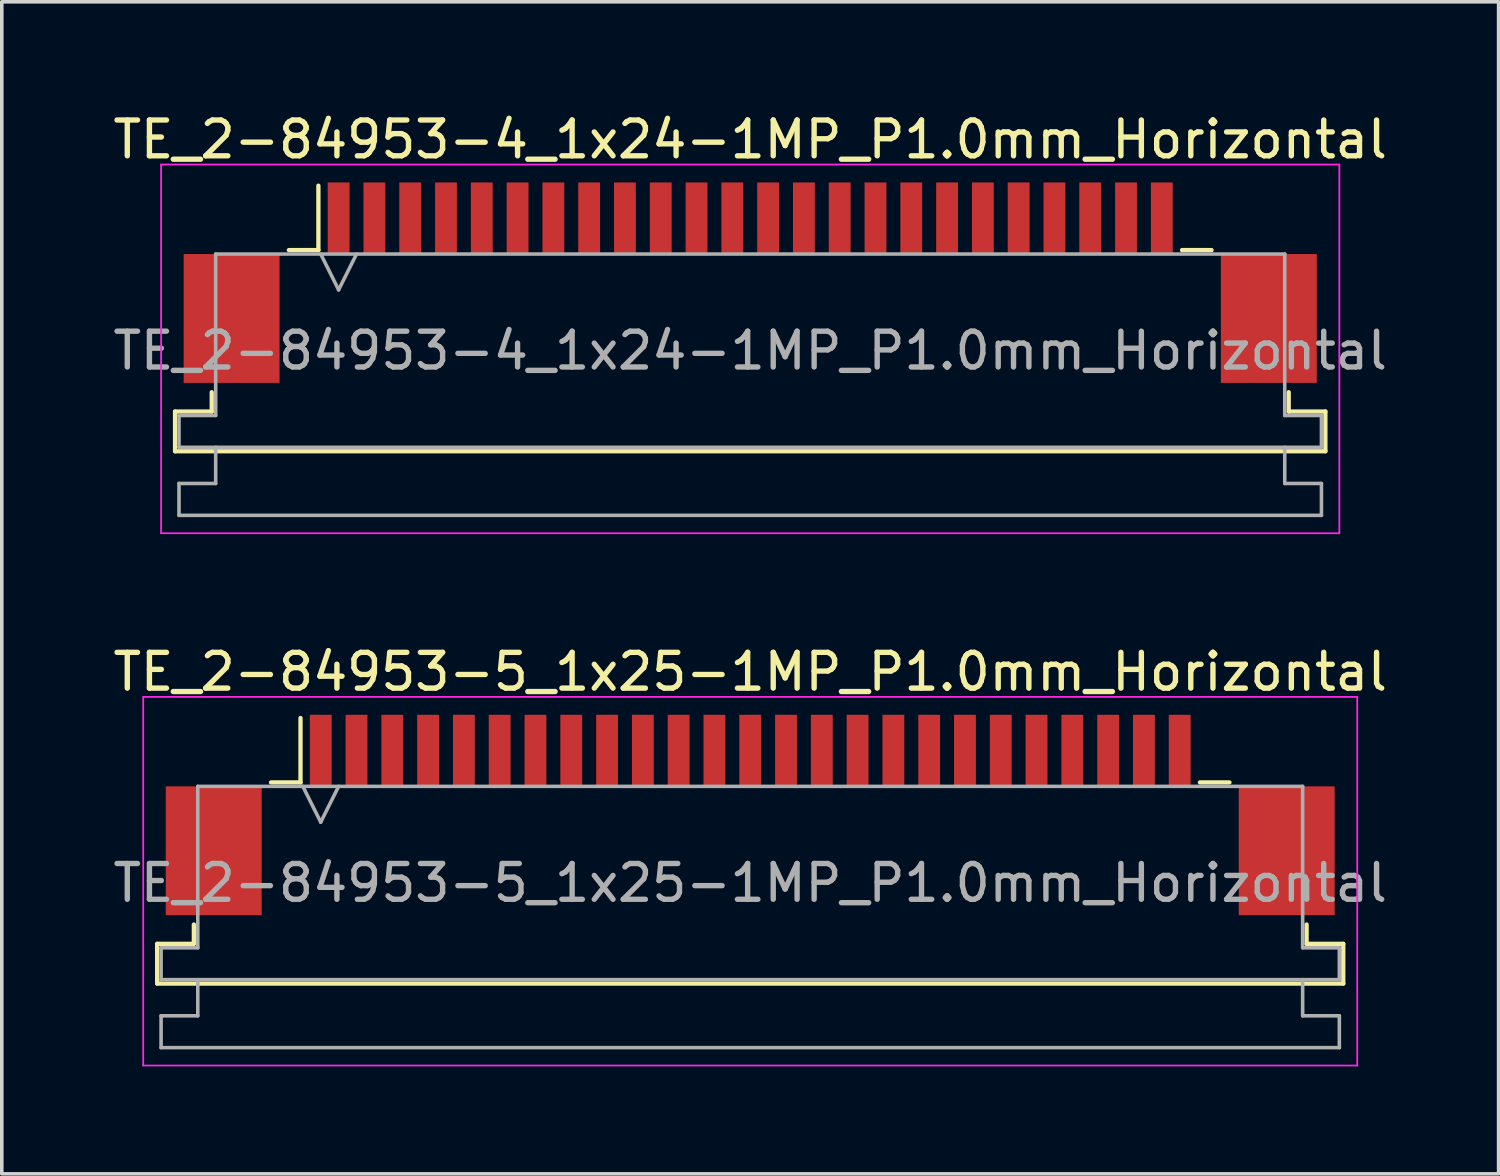
<source format=kicad_pcb>
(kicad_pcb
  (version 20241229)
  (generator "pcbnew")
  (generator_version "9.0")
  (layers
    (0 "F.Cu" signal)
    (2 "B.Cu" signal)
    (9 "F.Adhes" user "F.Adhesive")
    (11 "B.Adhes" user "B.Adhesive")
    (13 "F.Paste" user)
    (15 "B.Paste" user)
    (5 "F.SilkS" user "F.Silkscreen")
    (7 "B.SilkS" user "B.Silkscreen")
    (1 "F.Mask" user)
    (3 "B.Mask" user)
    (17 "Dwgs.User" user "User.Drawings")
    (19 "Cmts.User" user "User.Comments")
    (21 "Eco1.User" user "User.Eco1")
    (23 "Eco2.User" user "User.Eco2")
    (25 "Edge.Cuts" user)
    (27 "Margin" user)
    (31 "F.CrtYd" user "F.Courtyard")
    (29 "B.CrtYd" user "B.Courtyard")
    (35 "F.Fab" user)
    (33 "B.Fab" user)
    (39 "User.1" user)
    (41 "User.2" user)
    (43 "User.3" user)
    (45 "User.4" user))
  (footprint "TE_2-84953-4_1x24-1MP_P1.0mm_Horizontal"
    (layer "F.Cu")
    (at 17.911 4.848)
    (property "Reference" "TE_2-84953-4_1x24-1MP_P1.0mm_Horizontal" (at 0 -4 0) (layer "F.SilkS") (effects (font (size 1 1) (thickness 0.15))))
    (attr smd)
    (fp_line (start -16.07 3.6) (end -15.045 3.6) (stroke (width 0.12) (type solid)) (layer "F.SilkS"))
    (fp_line (start -16.07 4.71) (end -16.07 3.6) (stroke (width 0.12) (type solid)) (layer "F.SilkS"))
    (fp_line (start -15.045 3.6) (end -15.045 3.06) (stroke (width 0.12) (type solid)) (layer "F.SilkS"))
    (fp_line (start -12.89 -0.91) (end -12.065 -0.91) (stroke (width 0.12) (type solid)) (layer "F.SilkS"))
    (fp_line (start -12.065 -0.91) (end -12.065 -2.71) (stroke (width 0.12) (type solid)) (layer "F.SilkS"))
    (fp_line (start 12.065 -0.91) (end 12.89 -0.91) (stroke (width 0.12) (type solid)) (layer "F.SilkS"))
    (fp_line (start 15.045 3.06) (end 15.045 3.6) (stroke (width 0.12) (type solid)) (layer "F.SilkS"))
    (fp_line (start 15.045 3.6) (end 16.07 3.6) (stroke (width 0.12) (type solid)) (layer "F.SilkS"))
    (fp_line (start 16.07 3.6) (end 16.07 4.71) (stroke (width 0.12) (type solid)) (layer "F.SilkS"))
    (fp_line (start 16.07 4.71) (end -16.07 4.71) (stroke (width 0.12) (type solid)) (layer "F.SilkS"))
    (fp_line (start -16.46 -3.3) (end -16.46 7) (stroke (width 0.05) (type solid)) (layer "F.CrtYd"))
    (fp_line (start -16.46 7) (end 16.46 7) (stroke (width 0.05) (type solid)) (layer "F.CrtYd"))
    (fp_line (start 16.46 -3.3) (end -16.46 -3.3) (stroke (width 0.05) (type solid)) (layer "F.CrtYd"))
    (fp_line (start 16.46 7) (end 16.46 -3.3) (stroke (width 0.05) (type solid)) (layer "F.CrtYd"))
    (fp_line (start -15.96 3.71) (end -14.935 3.71) (stroke (width 0.1) (type solid)) (layer "F.Fab"))
    (fp_line (start -15.96 4.6) (end -15.96 3.71) (stroke (width 0.1) (type solid)) (layer "F.Fab"))
    (fp_line (start -15.96 5.61) (end -14.935 5.61) (stroke (width 0.1) (type solid)) (layer "F.Fab"))
    (fp_line (start -15.96 6.5) (end -15.96 5.61) (stroke (width 0.1) (type solid)) (layer "F.Fab"))
    (fp_line (start -14.935 -0.8) (end 14.935 -0.8) (stroke (width 0.1) (type solid)) (layer "F.Fab"))
    (fp_line (start -14.935 3.71) (end -14.935 -0.8) (stroke (width 0.1) (type solid)) (layer "F.Fab"))
    (fp_line (start -14.935 5.61) (end -14.935 4.6) (stroke (width 0.1) (type solid)) (layer "F.Fab"))
    (fp_line (start -12 -0.8) (end -11.5 0.2) (stroke (width 0.1) (type solid)) (layer "F.Fab"))
    (fp_line (start -11.5 0.2) (end -11 -0.8) (stroke (width 0.1) (type solid)) (layer "F.Fab"))
    (fp_line (start 14.935 -0.8) (end 14.935 3.71) (stroke (width 0.1) (type solid)) (layer "F.Fab"))
    (fp_line (start 14.935 3.71) (end 15.96 3.71) (stroke (width 0.1) (type solid)) (layer "F.Fab"))
    (fp_line (start 14.935 4.6) (end 14.935 5.61) (stroke (width 0.1) (type solid)) (layer "F.Fab"))
    (fp_line (start 14.935 5.61) (end 15.96 5.61) (stroke (width 0.1) (type solid)) (layer "F.Fab"))
    (fp_line (start 15.96 3.71) (end 15.96 4.6) (stroke (width 0.1) (type solid)) (layer "F.Fab"))
    (fp_line (start 15.96 4.6) (end -15.96 4.6) (stroke (width 0.1) (type solid)) (layer "F.Fab"))
    (fp_line (start 15.96 5.61) (end 15.96 6.5) (stroke (width 0.1) (type solid)) (layer "F.Fab"))
    (fp_line (start 15.96 6.5) (end -15.96 6.5) (stroke (width 0.1) (type solid)) (layer "F.Fab"))
    (fp_text user "${REFERENCE}" (at 0 1.9 0) (layer "F.Fab") (effects (font (size 1 1) (thickness 0.15))))
    (pad "1" smd rect (at -11.5 -1.8) (size 0.61 2) (layers "F.Cu" "F.Mask" "F.Paste"))
    (pad "2" smd rect (at -10.5 -1.8) (size 0.61 2) (layers "F.Cu" "F.Mask" "F.Paste"))
    (pad "3" smd rect (at -9.5 -1.8) (size 0.61 2) (layers "F.Cu" "F.Mask" "F.Paste"))
    (pad "4" smd rect (at -8.5 -1.8) (size 0.61 2) (layers "F.Cu" "F.Mask" "F.Paste"))
    (pad "5" smd rect (at -7.5 -1.8) (size 0.61 2) (layers "F.Cu" "F.Mask" "F.Paste"))
    (pad "6" smd rect (at -6.5 -1.8) (size 0.61 2) (layers "F.Cu" "F.Mask" "F.Paste"))
    (pad "7" smd rect (at -5.5 -1.8) (size 0.61 2) (layers "F.Cu" "F.Mask" "F.Paste"))
    (pad "8" smd rect (at -4.5 -1.8) (size 0.61 2) (layers "F.Cu" "F.Mask" "F.Paste"))
    (pad "9" smd rect (at -3.5 -1.8) (size 0.61 2) (layers "F.Cu" "F.Mask" "F.Paste"))
    (pad "10" smd rect (at -2.5 -1.8) (size 0.61 2) (layers "F.Cu" "F.Mask" "F.Paste"))
    (pad "11" smd rect (at -1.5 -1.8) (size 0.61 2) (layers "F.Cu" "F.Mask" "F.Paste"))
    (pad "12" smd rect (at -0.5 -1.8) (size 0.61 2) (layers "F.Cu" "F.Mask" "F.Paste"))
    (pad "13" smd rect (at 0.5 -1.8) (size 0.61 2) (layers "F.Cu" "F.Mask" "F.Paste"))
    (pad "14" smd rect (at 1.5 -1.8) (size 0.61 2) (layers "F.Cu" "F.Mask" "F.Paste"))
    (pad "15" smd rect (at 2.5 -1.8) (size 0.61 2) (layers "F.Cu" "F.Mask" "F.Paste"))
    (pad "16" smd rect (at 3.5 -1.8) (size 0.61 2) (layers "F.Cu" "F.Mask" "F.Paste"))
    (pad "17" smd rect (at 4.5 -1.8) (size 0.61 2) (layers "F.Cu" "F.Mask" "F.Paste"))
    (pad "18" smd rect (at 5.5 -1.8) (size 0.61 2) (layers "F.Cu" "F.Mask" "F.Paste"))
    (pad "19" smd rect (at 6.5 -1.8) (size 0.61 2) (layers "F.Cu" "F.Mask" "F.Paste"))
    (pad "20" smd rect (at 7.5 -1.8) (size 0.61 2) (layers "F.Cu" "F.Mask" "F.Paste"))
    (pad "21" smd rect (at 8.5 -1.8) (size 0.61 2) (layers "F.Cu" "F.Mask" "F.Paste"))
    (pad "22" smd rect (at 9.5 -1.8) (size 0.61 2) (layers "F.Cu" "F.Mask" "F.Paste"))
    (pad "23" smd rect (at 10.5 -1.8) (size 0.61 2) (layers "F.Cu" "F.Mask" "F.Paste"))
    (pad "24" smd rect (at 11.5 -1.8) (size 0.61 2) (layers "F.Cu" "F.Mask" "F.Paste"))
    (pad "MP" smd rect (at -14.49 1) (size 2.68 3.6) (layers "F.Cu" "F.Mask" "F.Paste"))
    (pad "MP" smd rect (at 14.49 1) (size 2.68 3.6) (layers "F.Cu" "F.Mask" "F.Paste")))
  (footprint "TE_2-84953-5_1x25-1MP_P1.0mm_Horizontal"
    (layer "F.Cu")
    (at 17.911 19.721)
    (property "Reference" "TE_2-84953-5_1x25-1MP_P1.0mm_Horizontal" (at 0 -4 0) (layer "F.SilkS") (effects (font (size 1 1) (thickness 0.15))))
    (attr smd)
    (fp_line (start -16.57 3.6) (end -15.545 3.6) (stroke (width 0.12) (type solid)) (layer "F.SilkS"))
    (fp_line (start -16.57 4.71) (end -16.57 3.6) (stroke (width 0.12) (type solid)) (layer "F.SilkS"))
    (fp_line (start -15.545 3.6) (end -15.545 3.06) (stroke (width 0.12) (type solid)) (layer "F.SilkS"))
    (fp_line (start -13.39 -0.91) (end -12.565 -0.91) (stroke (width 0.12) (type solid)) (layer "F.SilkS"))
    (fp_line (start -12.565 -0.91) (end -12.565 -2.71) (stroke (width 0.12) (type solid)) (layer "F.SilkS"))
    (fp_line (start 12.565 -0.91) (end 13.39 -0.91) (stroke (width 0.12) (type solid)) (layer "F.SilkS"))
    (fp_line (start 15.545 3.06) (end 15.545 3.6) (stroke (width 0.12) (type solid)) (layer "F.SilkS"))
    (fp_line (start 15.545 3.6) (end 16.57 3.6) (stroke (width 0.12) (type solid)) (layer "F.SilkS"))
    (fp_line (start 16.57 3.6) (end 16.57 4.71) (stroke (width 0.12) (type solid)) (layer "F.SilkS"))
    (fp_line (start 16.57 4.71) (end -16.57 4.71) (stroke (width 0.12) (type solid)) (layer "F.SilkS"))
    (fp_line (start -16.96 -3.3) (end -16.96 7) (stroke (width 0.05) (type solid)) (layer "F.CrtYd"))
    (fp_line (start -16.96 7) (end 16.96 7) (stroke (width 0.05) (type solid)) (layer "F.CrtYd"))
    (fp_line (start 16.96 -3.3) (end -16.96 -3.3) (stroke (width 0.05) (type solid)) (layer "F.CrtYd"))
    (fp_line (start 16.96 7) (end 16.96 -3.3) (stroke (width 0.05) (type solid)) (layer "F.CrtYd"))
    (fp_line (start -16.46 3.71) (end -15.435 3.71) (stroke (width 0.1) (type solid)) (layer "F.Fab"))
    (fp_line (start -16.46 4.6) (end -16.46 3.71) (stroke (width 0.1) (type solid)) (layer "F.Fab"))
    (fp_line (start -16.46 5.61) (end -15.435 5.61) (stroke (width 0.1) (type solid)) (layer "F.Fab"))
    (fp_line (start -16.46 6.5) (end -16.46 5.61) (stroke (width 0.1) (type solid)) (layer "F.Fab"))
    (fp_line (start -15.435 -0.8) (end 15.435 -0.8) (stroke (width 0.1) (type solid)) (layer "F.Fab"))
    (fp_line (start -15.435 3.71) (end -15.435 -0.8) (stroke (width 0.1) (type solid)) (layer "F.Fab"))
    (fp_line (start -15.435 5.61) (end -15.435 4.6) (stroke (width 0.1) (type solid)) (layer "F.Fab"))
    (fp_line (start -12.5 -0.8) (end -12 0.2) (stroke (width 0.1) (type solid)) (layer "F.Fab"))
    (fp_line (start -12 0.2) (end -11.5 -0.8) (stroke (width 0.1) (type solid)) (layer "F.Fab"))
    (fp_line (start 15.435 -0.8) (end 15.435 3.71) (stroke (width 0.1) (type solid)) (layer "F.Fab"))
    (fp_line (start 15.435 3.71) (end 16.46 3.71) (stroke (width 0.1) (type solid)) (layer "F.Fab"))
    (fp_line (start 15.435 4.6) (end 15.435 5.61) (stroke (width 0.1) (type solid)) (layer "F.Fab"))
    (fp_line (start 15.435 5.61) (end 16.46 5.61) (stroke (width 0.1) (type solid)) (layer "F.Fab"))
    (fp_line (start 16.46 3.71) (end 16.46 4.6) (stroke (width 0.1) (type solid)) (layer "F.Fab"))
    (fp_line (start 16.46 4.6) (end -16.46 4.6) (stroke (width 0.1) (type solid)) (layer "F.Fab"))
    (fp_line (start 16.46 5.61) (end 16.46 6.5) (stroke (width 0.1) (type solid)) (layer "F.Fab"))
    (fp_line (start 16.46 6.5) (end -16.46 6.5) (stroke (width 0.1) (type solid)) (layer "F.Fab"))
    (fp_text user "${REFERENCE}" (at 0 1.9 0) (layer "F.Fab") (effects (font (size 1 1) (thickness 0.15))))
    (pad "1" smd rect (at -12 -1.8) (size 0.61 2) (layers "F.Cu" "F.Mask" "F.Paste"))
    (pad "2" smd rect (at -11 -1.8) (size 0.61 2) (layers "F.Cu" "F.Mask" "F.Paste"))
    (pad "3" smd rect (at -10 -1.8) (size 0.61 2) (layers "F.Cu" "F.Mask" "F.Paste"))
    (pad "4" smd rect (at -9 -1.8) (size 0.61 2) (layers "F.Cu" "F.Mask" "F.Paste"))
    (pad "5" smd rect (at -8 -1.8) (size 0.61 2) (layers "F.Cu" "F.Mask" "F.Paste"))
    (pad "6" smd rect (at -7 -1.8) (size 0.61 2) (layers "F.Cu" "F.Mask" "F.Paste"))
    (pad "7" smd rect (at -6 -1.8) (size 0.61 2) (layers "F.Cu" "F.Mask" "F.Paste"))
    (pad "8" smd rect (at -5 -1.8) (size 0.61 2) (layers "F.Cu" "F.Mask" "F.Paste"))
    (pad "9" smd rect (at -4 -1.8) (size 0.61 2) (layers "F.Cu" "F.Mask" "F.Paste"))
    (pad "10" smd rect (at -3 -1.8) (size 0.61 2) (layers "F.Cu" "F.Mask" "F.Paste"))
    (pad "11" smd rect (at -2 -1.8) (size 0.61 2) (layers "F.Cu" "F.Mask" "F.Paste"))
    (pad "12" smd rect (at -1 -1.8) (size 0.61 2) (layers "F.Cu" "F.Mask" "F.Paste"))
    (pad "13" smd rect (at 0 -1.8) (size 0.61 2) (layers "F.Cu" "F.Mask" "F.Paste"))
    (pad "14" smd rect (at 1 -1.8) (size 0.61 2) (layers "F.Cu" "F.Mask" "F.Paste"))
    (pad "15" smd rect (at 2 -1.8) (size 0.61 2) (layers "F.Cu" "F.Mask" "F.Paste"))
    (pad "16" smd rect (at 3 -1.8) (size 0.61 2) (layers "F.Cu" "F.Mask" "F.Paste"))
    (pad "17" smd rect (at 4 -1.8) (size 0.61 2) (layers "F.Cu" "F.Mask" "F.Paste"))
    (pad "18" smd rect (at 5 -1.8) (size 0.61 2) (layers "F.Cu" "F.Mask" "F.Paste"))
    (pad "19" smd rect (at 6 -1.8) (size 0.61 2) (layers "F.Cu" "F.Mask" "F.Paste"))
    (pad "20" smd rect (at 7 -1.8) (size 0.61 2) (layers "F.Cu" "F.Mask" "F.Paste"))
    (pad "21" smd rect (at 8 -1.8) (size 0.61 2) (layers "F.Cu" "F.Mask" "F.Paste"))
    (pad "22" smd rect (at 9 -1.8) (size 0.61 2) (layers "F.Cu" "F.Mask" "F.Paste"))
    (pad "23" smd rect (at 10 -1.8) (size 0.61 2) (layers "F.Cu" "F.Mask" "F.Paste"))
    (pad "24" smd rect (at 11 -1.8) (size 0.61 2) (layers "F.Cu" "F.Mask" "F.Paste"))
    (pad "25" smd rect (at 12 -1.8) (size 0.61 2) (layers "F.Cu" "F.Mask" "F.Paste"))
    (pad "MP" smd rect (at -14.99 1) (size 2.68 3.6) (layers "F.Cu" "F.Mask" "F.Paste"))
    (pad "MP" smd rect (at 14.99 1) (size 2.68 3.6) (layers "F.Cu" "F.Mask" "F.Paste")))
  (gr_rect
    (start -3 -3)
    (end 38.821 29.747)
    (stroke (width 0.1) (type default))
    (fill no)
    (layer "Edge.Cuts")))
</source>
